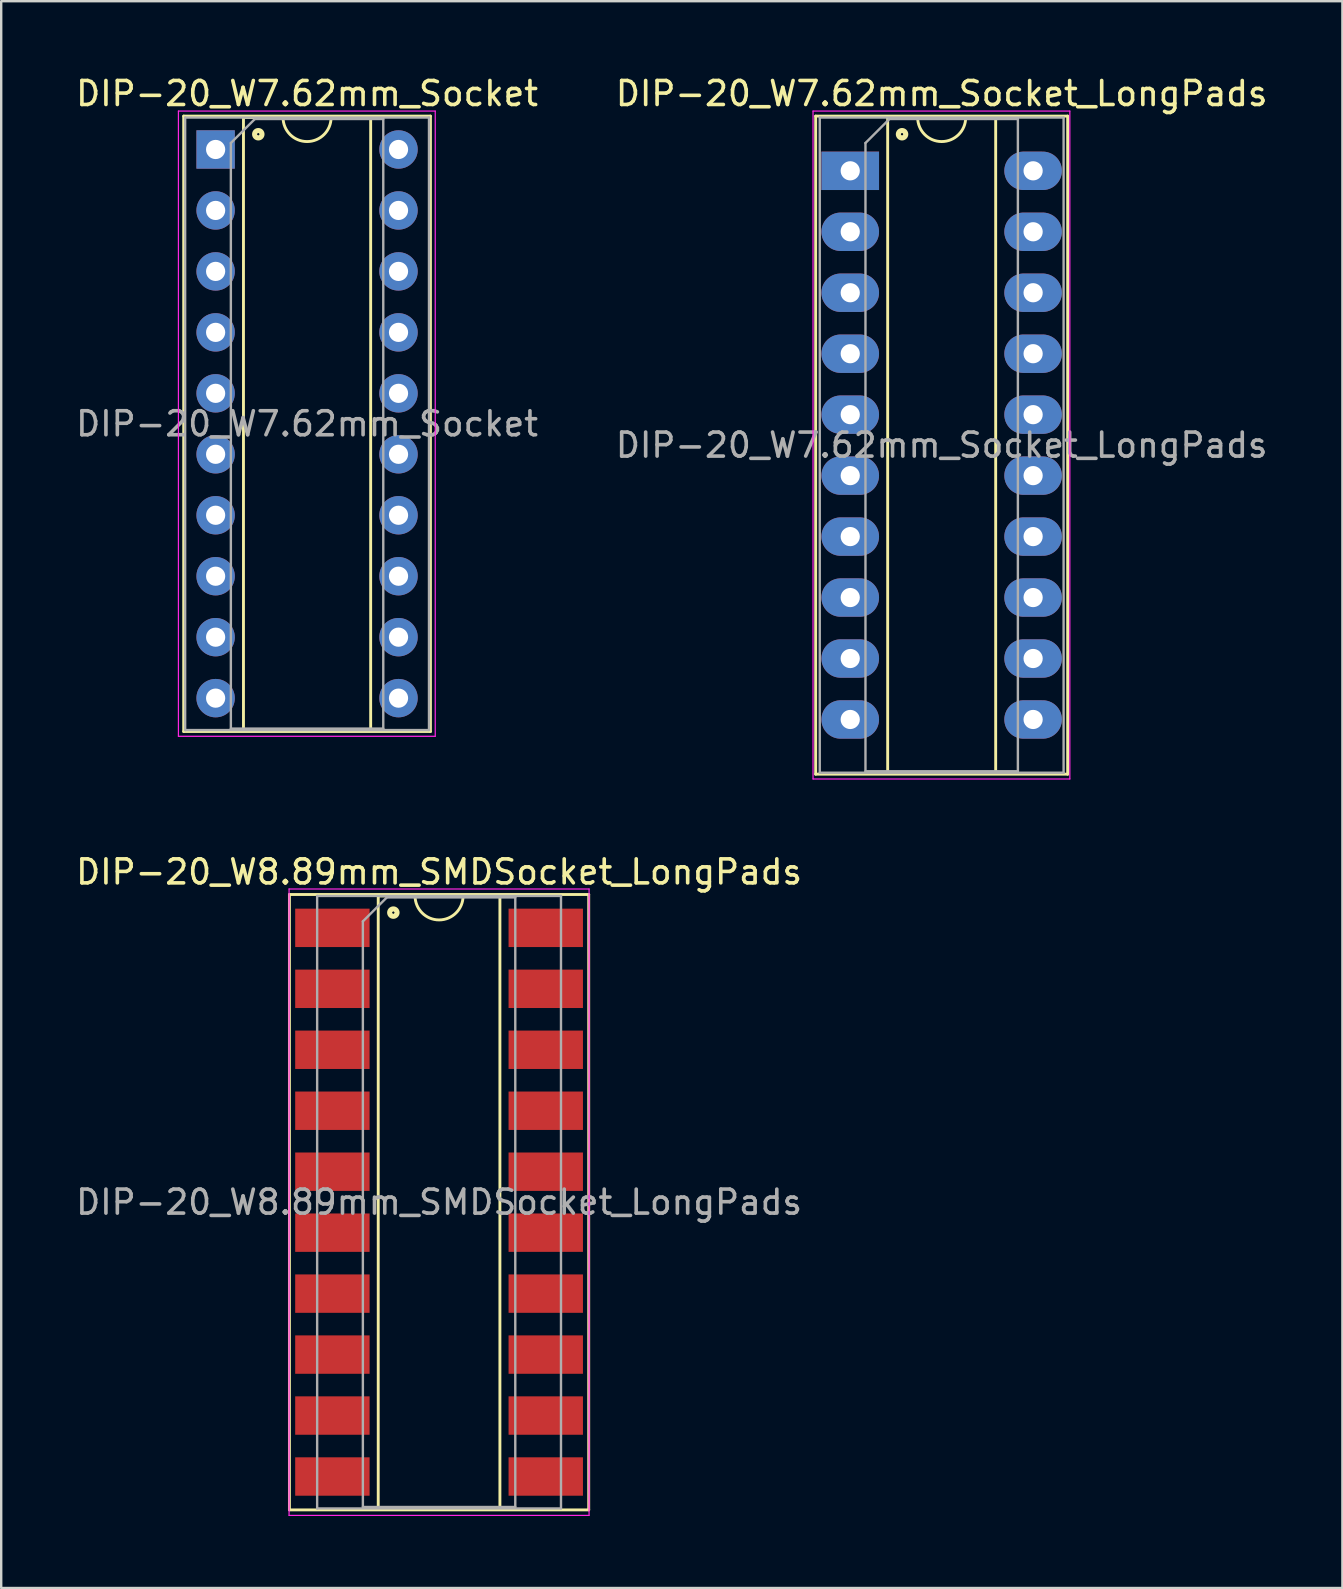
<source format=kicad_pcb>
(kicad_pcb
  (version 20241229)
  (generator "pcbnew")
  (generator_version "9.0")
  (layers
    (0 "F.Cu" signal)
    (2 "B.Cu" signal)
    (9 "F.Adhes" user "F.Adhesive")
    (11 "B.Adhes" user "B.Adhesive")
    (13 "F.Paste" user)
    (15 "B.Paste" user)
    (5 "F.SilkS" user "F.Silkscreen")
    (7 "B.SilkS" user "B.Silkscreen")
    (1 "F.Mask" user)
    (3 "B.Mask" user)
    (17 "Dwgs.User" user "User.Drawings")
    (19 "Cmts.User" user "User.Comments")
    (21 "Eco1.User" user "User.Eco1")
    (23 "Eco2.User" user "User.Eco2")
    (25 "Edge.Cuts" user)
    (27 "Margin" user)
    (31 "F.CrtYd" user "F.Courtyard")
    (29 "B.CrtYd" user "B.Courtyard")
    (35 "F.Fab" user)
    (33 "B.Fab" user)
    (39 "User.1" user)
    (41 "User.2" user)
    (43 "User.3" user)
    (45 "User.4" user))
  (footprint "DIP-20_W7.62mm_Socket_LongPads"
    (layer "F.Cu")
    (at 32.375 4.067)
    (property "Reference" "DIP-20_W7.62mm_Socket_LongPads" (at 3.81 -3.219 0) (layer "F.SilkS") (effects (font (size 1 1) (thickness 0.15))))
    (attr through_hole)
    (fp_line (start -1.44 -2.279) (end -1.44 25.139) (stroke (width 0.12) (type solid)) (layer "F.SilkS"))
    (fp_line (start -1.44 25.139) (end 9.06 25.139) (stroke (width 0.12) (type solid)) (layer "F.SilkS"))
    (fp_line (start 1.56 -2.219) (end 1.56 25.079) (stroke (width 0.12) (type solid)) (layer "F.SilkS"))
    (fp_line (start 1.56 25.079) (end 6.06 25.079) (stroke (width 0.12) (type solid)) (layer "F.SilkS"))
    (fp_line (start 2.81 -2.219) (end 1.56 -2.219) (stroke (width 0.12) (type solid)) (layer "F.SilkS"))
    (fp_line (start 6.06 -2.219) (end 4.81 -2.219) (stroke (width 0.12) (type solid)) (layer "F.SilkS"))
    (fp_line (start 6.06 25.079) (end 6.06 -2.219) (stroke (width 0.12) (type solid)) (layer "F.SilkS"))
    (fp_line (start 9.06 -2.279) (end -1.44 -2.279) (stroke (width 0.12) (type solid)) (layer "F.SilkS"))
    (fp_line (start 9.06 25.139) (end 9.06 -2.279) (stroke (width 0.12) (type solid)) (layer "F.SilkS"))
    (fp_arc (start 4.81 -2.219) (mid 3.81 -1.219) (end 2.81 -2.219) (stroke (width 0.12) (type solid)) (layer "F.SilkS"))
    (fp_circle (center 2.159 -1.524) (end 2.209 -1.524) (stroke (width 0.12) (type solid)) (fill no) (layer "F.SilkS"))
    (fp_circle (center 2.159 -1.524) (end 2.284 -1.524) (stroke (width 0.12) (type solid)) (fill no) (layer "F.SilkS"))
    (fp_circle (center 2.159 -1.524) (end 2.359 -1.524) (stroke (width 0.12) (type solid)) (fill no) (layer "F.SilkS"))
    (fp_line (start -1.55 -2.489) (end -1.55 25.339) (stroke (width 0.05) (type solid)) (layer "F.CrtYd"))
    (fp_line (start -1.55 25.339) (end 9.15 25.339) (stroke (width 0.05) (type solid)) (layer "F.CrtYd"))
    (fp_line (start 9.15 -2.489) (end -1.55 -2.489) (stroke (width 0.05) (type solid)) (layer "F.CrtYd"))
    (fp_line (start 9.15 25.339) (end 9.15 -2.489) (stroke (width 0.05) (type solid)) (layer "F.CrtYd"))
    (fp_line (start -1.27 -2.219) (end -1.27 25.079) (stroke (width 0.1) (type solid)) (layer "F.Fab"))
    (fp_line (start -1.27 25.079) (end 8.89 25.079) (stroke (width 0.1) (type solid)) (layer "F.Fab"))
    (fp_line (start 0.635 -1.159) (end 1.635 -2.159) (stroke (width 0.1) (type solid)) (layer "F.Fab"))
    (fp_line (start 0.635 25.019) (end 0.635 -1.159) (stroke (width 0.1) (type solid)) (layer "F.Fab"))
    (fp_line (start 1.635 -2.159) (end 6.985 -2.159) (stroke (width 0.1) (type solid)) (layer "F.Fab"))
    (fp_line (start 6.985 -2.159) (end 6.985 25.019) (stroke (width 0.1) (type solid)) (layer "F.Fab"))
    (fp_line (start 6.985 25.019) (end 0.635 25.019) (stroke (width 0.1) (type solid)) (layer "F.Fab"))
    (fp_line (start 8.89 -2.219) (end -1.27 -2.219) (stroke (width 0.1) (type solid)) (layer "F.Fab"))
    (fp_line (start 8.89 25.079) (end 8.89 -2.219) (stroke (width 0.1) (type solid)) (layer "F.Fab"))
    (fp_text user "${REFERENCE}" (at 3.81 11.43 0) (layer "F.Fab") (effects (font (size 1 1) (thickness 0.15))))
    (pad "1" thru_hole rect (at 0 0) (size 2.4 1.6) (drill 0.8) (layers "*.Cu" "*.Mask"))
    (pad "2" thru_hole oval (at 0 2.54) (size 2.4 1.6) (drill 0.8) (layers "*.Cu" "*.Mask"))
    (pad "3" thru_hole oval (at 0 5.08) (size 2.4 1.6) (drill 0.8) (layers "*.Cu" "*.Mask"))
    (pad "4" thru_hole oval (at 0 7.62) (size 2.4 1.6) (drill 0.8) (layers "*.Cu" "*.Mask"))
    (pad "5" thru_hole oval (at 0 10.16) (size 2.4 1.6) (drill 0.8) (layers "*.Cu" "*.Mask"))
    (pad "6" thru_hole oval (at 0 12.7) (size 2.4 1.6) (drill 0.8) (layers "*.Cu" "*.Mask"))
    (pad "7" thru_hole oval (at 0 15.24) (size 2.4 1.6) (drill 0.8) (layers "*.Cu" "*.Mask"))
    (pad "8" thru_hole oval (at 0 17.78) (size 2.4 1.6) (drill 0.8) (layers "*.Cu" "*.Mask"))
    (pad "9" thru_hole oval (at 0 20.32) (size 2.4 1.6) (drill 0.8) (layers "*.Cu" "*.Mask"))
    (pad "10" thru_hole oval (at 0 22.86) (size 2.4 1.6) (drill 0.8) (layers "*.Cu" "*.Mask"))
    (pad "11" thru_hole oval (at 7.62 22.86) (size 2.4 1.6) (drill 0.8) (layers "*.Cu" "*.Mask"))
    (pad "12" thru_hole oval (at 7.62 20.32) (size 2.4 1.6) (drill 0.8) (layers "*.Cu" "*.Mask"))
    (pad "13" thru_hole oval (at 7.62 17.78) (size 2.4 1.6) (drill 0.8) (layers "*.Cu" "*.Mask"))
    (pad "14" thru_hole oval (at 7.62 15.24) (size 2.4 1.6) (drill 0.8) (layers "*.Cu" "*.Mask"))
    (pad "15" thru_hole oval (at 7.62 12.7) (size 2.4 1.6) (drill 0.8) (layers "*.Cu" "*.Mask"))
    (pad "16" thru_hole oval (at 7.62 10.16) (size 2.4 1.6) (drill 0.8) (layers "*.Cu" "*.Mask"))
    (pad "17" thru_hole oval (at 7.62 7.62) (size 2.4 1.6) (drill 0.8) (layers "*.Cu" "*.Mask"))
    (pad "18" thru_hole oval (at 7.62 5.08) (size 2.4 1.6) (drill 0.8) (layers "*.Cu" "*.Mask"))
    (pad "19" thru_hole oval (at 7.62 2.54) (size 2.4 1.6) (drill 0.8) (layers "*.Cu" "*.Mask"))
    (pad "20" thru_hole oval (at 7.62 0) (size 2.4 1.6) (drill 0.8) (layers "*.Cu" "*.Mask")))
  (footprint "DIP-20_W8.89mm_SMDSocket_LongPads"
    (layer "F.Cu")
    (at 15.244 47.039)
    (property "Reference" "DIP-20_W8.89mm_SMDSocket_LongPads" (at 0 -13.76 0) (layer "F.SilkS") (effects (font (size 1 1) (thickness 0.15))))
    (attr smd)
    (fp_line (start -6.235 -12.82) (end -6.235 12.82) (stroke (width 0.12) (type solid)) (layer "F.SilkS"))
    (fp_line (start -6.235 12.82) (end 6.235 12.82) (stroke (width 0.12) (type solid)) (layer "F.SilkS"))
    (fp_line (start -2.535 -12.76) (end -2.535 12.76) (stroke (width 0.12) (type solid)) (layer "F.SilkS"))
    (fp_line (start -2.535 12.76) (end 2.535 12.76) (stroke (width 0.12) (type solid)) (layer "F.SilkS"))
    (fp_line (start -1 -12.76) (end -2.535 -12.76) (stroke (width 0.12) (type solid)) (layer "F.SilkS"))
    (fp_line (start 2.535 -12.76) (end 1 -12.76) (stroke (width 0.12) (type solid)) (layer "F.SilkS"))
    (fp_line (start 2.535 12.76) (end 2.535 -12.76) (stroke (width 0.12) (type solid)) (layer "F.SilkS"))
    (fp_line (start 6.235 -12.82) (end -6.235 -12.82) (stroke (width 0.12) (type solid)) (layer "F.SilkS"))
    (fp_line (start 6.235 12.82) (end 6.235 -12.82) (stroke (width 0.12) (type solid)) (layer "F.SilkS"))
    (fp_arc (start 1 -12.76) (mid 0 -11.76) (end -1 -12.76) (stroke (width 0.12) (type solid)) (layer "F.SilkS"))
    (fp_circle (center -1.905 -12.065) (end -1.855 -12.065) (stroke (width 0.12) (type solid)) (fill no) (layer "F.SilkS"))
    (fp_circle (center -1.905 -12.065) (end -1.78 -12.065) (stroke (width 0.12) (type solid)) (fill no) (layer "F.SilkS"))
    (fp_circle (center -1.905 -12.065) (end -1.705 -12.065) (stroke (width 0.12) (type solid)) (fill no) (layer "F.SilkS"))
    (fp_line (start -6.25 -13.05) (end -6.25 13.05) (stroke (width 0.05) (type solid)) (layer "F.CrtYd"))
    (fp_line (start -6.25 13.05) (end 6.25 13.05) (stroke (width 0.05) (type solid)) (layer "F.CrtYd"))
    (fp_line (start 6.25 -13.05) (end -6.25 -13.05) (stroke (width 0.05) (type solid)) (layer "F.CrtYd"))
    (fp_line (start 6.25 13.05) (end 6.25 -13.05) (stroke (width 0.05) (type solid)) (layer "F.CrtYd"))
    (fp_line (start -5.08 -12.76) (end -5.08 12.76) (stroke (width 0.1) (type solid)) (layer "F.Fab"))
    (fp_line (start -5.08 12.76) (end 5.08 12.76) (stroke (width 0.1) (type solid)) (layer "F.Fab"))
    (fp_line (start -3.175 -11.7) (end -2.175 -12.7) (stroke (width 0.1) (type solid)) (layer "F.Fab"))
    (fp_line (start -3.175 12.7) (end -3.175 -11.7) (stroke (width 0.1) (type solid)) (layer "F.Fab"))
    (fp_line (start -2.175 -12.7) (end 3.175 -12.7) (stroke (width 0.1) (type solid)) (layer "F.Fab"))
    (fp_line (start 3.175 -12.7) (end 3.175 12.7) (stroke (width 0.1) (type solid)) (layer "F.Fab"))
    (fp_line (start 3.175 12.7) (end -3.175 12.7) (stroke (width 0.1) (type solid)) (layer "F.Fab"))
    (fp_line (start 5.08 -12.76) (end -5.08 -12.76) (stroke (width 0.1) (type solid)) (layer "F.Fab"))
    (fp_line (start 5.08 12.76) (end 5.08 -12.76) (stroke (width 0.1) (type solid)) (layer "F.Fab"))
    (fp_text user "${REFERENCE}" (at 0 0 0) (layer "F.Fab") (effects (font (size 1 1) (thickness 0.15))))
    (pad "1" smd rect (at -4.445 -11.43) (size 3.1 1.6) (layers "F.Cu" "F.Mask" "F.Paste"))
    (pad "2" smd rect (at -4.445 -8.89) (size 3.1 1.6) (layers "F.Cu" "F.Mask" "F.Paste"))
    (pad "3" smd rect (at -4.445 -6.35) (size 3.1 1.6) (layers "F.Cu" "F.Mask" "F.Paste"))
    (pad "4" smd rect (at -4.445 -3.81) (size 3.1 1.6) (layers "F.Cu" "F.Mask" "F.Paste"))
    (pad "5" smd rect (at -4.445 -1.27) (size 3.1 1.6) (layers "F.Cu" "F.Mask" "F.Paste"))
    (pad "6" smd rect (at -4.445 1.27) (size 3.1 1.6) (layers "F.Cu" "F.Mask" "F.Paste"))
    (pad "7" smd rect (at -4.445 3.81) (size 3.1 1.6) (layers "F.Cu" "F.Mask" "F.Paste"))
    (pad "8" smd rect (at -4.445 6.35) (size 3.1 1.6) (layers "F.Cu" "F.Mask" "F.Paste"))
    (pad "9" smd rect (at -4.445 8.89) (size 3.1 1.6) (layers "F.Cu" "F.Mask" "F.Paste"))
    (pad "10" smd rect (at -4.445 11.43) (size 3.1 1.6) (layers "F.Cu" "F.Mask" "F.Paste"))
    (pad "11" smd rect (at 4.445 11.43) (size 3.1 1.6) (layers "F.Cu" "F.Mask" "F.Paste"))
    (pad "12" smd rect (at 4.445 8.89) (size 3.1 1.6) (layers "F.Cu" "F.Mask" "F.Paste"))
    (pad "13" smd rect (at 4.445 6.35) (size 3.1 1.6) (layers "F.Cu" "F.Mask" "F.Paste"))
    (pad "14" smd rect (at 4.445 3.81) (size 3.1 1.6) (layers "F.Cu" "F.Mask" "F.Paste"))
    (pad "15" smd rect (at 4.445 1.27) (size 3.1 1.6) (layers "F.Cu" "F.Mask" "F.Paste"))
    (pad "16" smd rect (at 4.445 -1.27) (size 3.1 1.6) (layers "F.Cu" "F.Mask" "F.Paste"))
    (pad "17" smd rect (at 4.445 -3.81) (size 3.1 1.6) (layers "F.Cu" "F.Mask" "F.Paste"))
    (pad "18" smd rect (at 4.445 -6.35) (size 3.1 1.6) (layers "F.Cu" "F.Mask" "F.Paste"))
    (pad "19" smd rect (at 4.445 -8.89) (size 3.1 1.6) (layers "F.Cu" "F.Mask" "F.Paste"))
    (pad "20" smd rect (at 4.445 -11.43) (size 3.1 1.6) (layers "F.Cu" "F.Mask" "F.Paste")))
  (footprint "DIP-20_W7.62mm_Socket"
    (layer "F.Cu")
    (at 5.934 3.178)
    (property "Reference" "DIP-20_W7.62mm_Socket" (at 3.81 -2.33 0) (layer "F.SilkS") (effects (font (size 1 1) (thickness 0.15))))
    (attr through_hole)
    (fp_line (start -1.33 -1.39) (end -1.33 24.25) (stroke (width 0.12) (type solid)) (layer "F.SilkS"))
    (fp_line (start -1.33 24.25) (end 8.95 24.25) (stroke (width 0.12) (type solid)) (layer "F.SilkS"))
    (fp_line (start 1.16 -1.33) (end 1.16 24.19) (stroke (width 0.12) (type solid)) (layer "F.SilkS"))
    (fp_line (start 1.16 24.19) (end 6.46 24.19) (stroke (width 0.12) (type solid)) (layer "F.SilkS"))
    (fp_line (start 2.81 -1.33) (end 1.16 -1.33) (stroke (width 0.12) (type solid)) (layer "F.SilkS"))
    (fp_line (start 6.46 -1.33) (end 4.81 -1.33) (stroke (width 0.12) (type solid)) (layer "F.SilkS"))
    (fp_line (start 6.46 24.19) (end 6.46 -1.33) (stroke (width 0.12) (type solid)) (layer "F.SilkS"))
    (fp_line (start 8.95 -1.39) (end -1.33 -1.39) (stroke (width 0.12) (type solid)) (layer "F.SilkS"))
    (fp_line (start 8.95 24.25) (end 8.95 -1.39) (stroke (width 0.12) (type solid)) (layer "F.SilkS"))
    (fp_arc (start 4.81 -1.33) (mid 3.81 -0.33) (end 2.81 -1.33) (stroke (width 0.12) (type solid)) (layer "F.SilkS"))
    (fp_circle (center 1.778 -0.635) (end 1.828 -0.635) (stroke (width 0.12) (type solid)) (fill no) (layer "F.SilkS"))
    (fp_circle (center 1.778 -0.635) (end 1.903 -0.635) (stroke (width 0.12) (type solid)) (fill no) (layer "F.SilkS"))
    (fp_circle (center 1.778 -0.635) (end 1.978 -0.635) (stroke (width 0.12) (type solid)) (fill no) (layer "F.SilkS"))
    (fp_line (start -1.55 -1.6) (end -1.55 24.45) (stroke (width 0.05) (type solid)) (layer "F.CrtYd"))
    (fp_line (start -1.55 24.45) (end 9.15 24.45) (stroke (width 0.05) (type solid)) (layer "F.CrtYd"))
    (fp_line (start 9.15 -1.6) (end -1.55 -1.6) (stroke (width 0.05) (type solid)) (layer "F.CrtYd"))
    (fp_line (start 9.15 24.45) (end 9.15 -1.6) (stroke (width 0.05) (type solid)) (layer "F.CrtYd"))
    (fp_line (start -1.27 -1.33) (end -1.27 24.19) (stroke (width 0.1) (type solid)) (layer "F.Fab"))
    (fp_line (start -1.27 24.19) (end 8.89 24.19) (stroke (width 0.1) (type solid)) (layer "F.Fab"))
    (fp_line (start 0.635 -0.27) (end 1.635 -1.27) (stroke (width 0.1) (type solid)) (layer "F.Fab"))
    (fp_line (start 0.635 24.13) (end 0.635 -0.27) (stroke (width 0.1) (type solid)) (layer "F.Fab"))
    (fp_line (start 1.635 -1.27) (end 6.985 -1.27) (stroke (width 0.1) (type solid)) (layer "F.Fab"))
    (fp_line (start 6.985 -1.27) (end 6.985 24.13) (stroke (width 0.1) (type solid)) (layer "F.Fab"))
    (fp_line (start 6.985 24.13) (end 0.635 24.13) (stroke (width 0.1) (type solid)) (layer "F.Fab"))
    (fp_line (start 8.89 -1.33) (end -1.27 -1.33) (stroke (width 0.1) (type solid)) (layer "F.Fab"))
    (fp_line (start 8.89 24.19) (end 8.89 -1.33) (stroke (width 0.1) (type solid)) (layer "F.Fab"))
    (fp_text user "${REFERENCE}" (at 3.81 11.43 0) (layer "F.Fab") (effects (font (size 1 1) (thickness 0.15))))
    (pad "1" thru_hole rect (at 0 0) (size 1.6 1.6) (drill 0.8) (layers "*.Cu" "*.Mask"))
    (pad "2" thru_hole oval (at 0 2.54) (size 1.6 1.6) (drill 0.8) (layers "*.Cu" "*.Mask"))
    (pad "3" thru_hole oval (at 0 5.08) (size 1.6 1.6) (drill 0.8) (layers "*.Cu" "*.Mask"))
    (pad "4" thru_hole oval (at 0 7.62) (size 1.6 1.6) (drill 0.8) (layers "*.Cu" "*.Mask"))
    (pad "5" thru_hole oval (at 0 10.16) (size 1.6 1.6) (drill 0.8) (layers "*.Cu" "*.Mask"))
    (pad "6" thru_hole oval (at 0 12.7) (size 1.6 1.6) (drill 0.8) (layers "*.Cu" "*.Mask"))
    (pad "7" thru_hole oval (at 0 15.24) (size 1.6 1.6) (drill 0.8) (layers "*.Cu" "*.Mask"))
    (pad "8" thru_hole oval (at 0 17.78) (size 1.6 1.6) (drill 0.8) (layers "*.Cu" "*.Mask"))
    (pad "9" thru_hole oval (at 0 20.32) (size 1.6 1.6) (drill 0.8) (layers "*.Cu" "*.Mask"))
    (pad "10" thru_hole oval (at 0 22.86) (size 1.6 1.6) (drill 0.8) (layers "*.Cu" "*.Mask"))
    (pad "11" thru_hole oval (at 7.62 22.86) (size 1.6 1.6) (drill 0.8) (layers "*.Cu" "*.Mask"))
    (pad "12" thru_hole oval (at 7.62 20.32) (size 1.6 1.6) (drill 0.8) (layers "*.Cu" "*.Mask"))
    (pad "13" thru_hole oval (at 7.62 17.78) (size 1.6 1.6) (drill 0.8) (layers "*.Cu" "*.Mask"))
    (pad "14" thru_hole oval (at 7.62 15.24) (size 1.6 1.6) (drill 0.8) (layers "*.Cu" "*.Mask"))
    (pad "15" thru_hole oval (at 7.62 12.7) (size 1.6 1.6) (drill 0.8) (layers "*.Cu" "*.Mask"))
    (pad "16" thru_hole oval (at 7.62 10.16) (size 1.6 1.6) (drill 0.8) (layers "*.Cu" "*.Mask"))
    (pad "17" thru_hole oval (at 7.62 7.62) (size 1.6 1.6) (drill 0.8) (layers "*.Cu" "*.Mask"))
    (pad "18" thru_hole oval (at 7.62 5.08) (size 1.6 1.6) (drill 0.8) (layers "*.Cu" "*.Mask"))
    (pad "19" thru_hole oval (at 7.62 2.54) (size 1.6 1.6) (drill 0.8) (layers "*.Cu" "*.Mask"))
    (pad "20" thru_hole oval (at 7.62 0) (size 1.6 1.6) (drill 0.8) (layers "*.Cu" "*.Mask")))
  (gr_rect
    (start -3 -3)
    (end 52.881 63.114)
    (stroke (width 0.1) (type default))
    (fill no)
    (layer "Edge.Cuts")))
</source>
